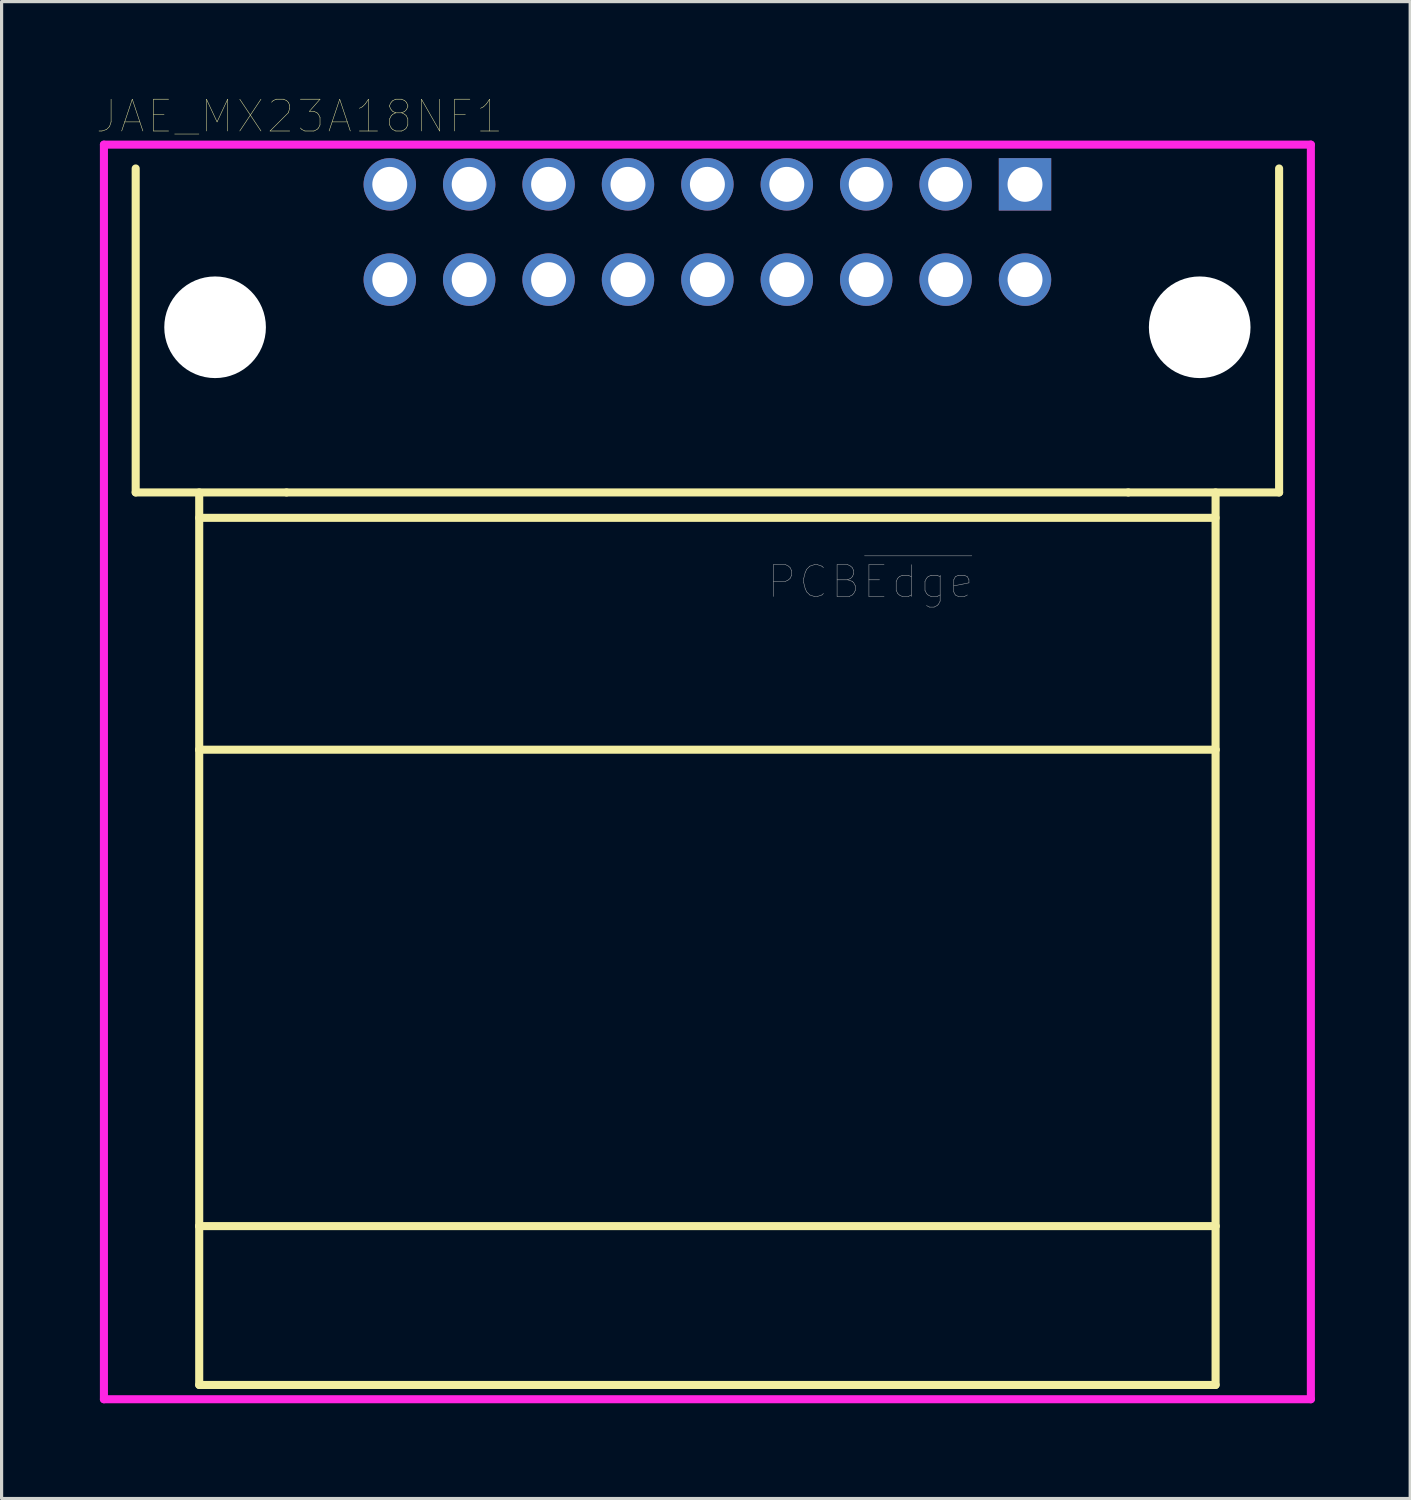
<source format=kicad_pcb>
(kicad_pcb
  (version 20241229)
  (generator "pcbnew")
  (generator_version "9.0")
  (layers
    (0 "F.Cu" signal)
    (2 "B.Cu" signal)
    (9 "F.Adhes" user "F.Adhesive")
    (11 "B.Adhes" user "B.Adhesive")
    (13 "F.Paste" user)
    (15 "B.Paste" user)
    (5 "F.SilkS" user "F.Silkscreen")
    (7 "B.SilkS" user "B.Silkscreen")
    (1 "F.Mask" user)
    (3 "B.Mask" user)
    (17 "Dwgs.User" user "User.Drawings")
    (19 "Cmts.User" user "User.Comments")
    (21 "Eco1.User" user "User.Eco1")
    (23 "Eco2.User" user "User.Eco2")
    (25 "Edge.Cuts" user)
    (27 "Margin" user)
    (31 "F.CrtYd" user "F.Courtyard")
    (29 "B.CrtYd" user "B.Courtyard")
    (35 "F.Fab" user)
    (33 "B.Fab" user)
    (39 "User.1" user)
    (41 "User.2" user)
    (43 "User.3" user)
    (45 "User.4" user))
  (footprint "JAE_MX23A18NF1"
    (layer "F.Cu")
    (at 19.222 7.254)
    (property "Reference" "JAE_MX23A18NF1" (at -12.84 -6.642 0) (layer "F.SilkS") (effects (font (size 1.001 1.001) (thickness 0.015))))
    (attr through_hole)
    (fp_line (start -18 5.2) (end -18 -5) (stroke (width 0.254) (type solid)) (layer "F.SilkS"))
    (fp_line (start -16 6) (end 16 6) (stroke (width 0.254) (type solid)) (layer "F.SilkS"))
    (fp_line (start -16 13.3) (end -16 5.2) (stroke (width 0.254) (type solid)) (layer "F.SilkS"))
    (fp_line (start -16 28.3) (end -16 13.3) (stroke (width 0.254) (type solid)) (layer "F.SilkS"))
    (fp_line (start -16 28.3) (end -16 33.3) (stroke (width 0.254) (type solid)) (layer "F.SilkS"))
    (fp_line (start -13.25 5.2) (end -18 5.2) (stroke (width 0.254) (type solid)) (layer "F.SilkS"))
    (fp_line (start 13.25 5.2) (end -13.25 5.2) (stroke (width 0.254) (type solid)) (layer "F.SilkS"))
    (fp_line (start 16 13.3) (end -16 13.3) (stroke (width 0.254) (type solid)) (layer "F.SilkS"))
    (fp_line (start 16 13.3) (end 16 5.2) (stroke (width 0.254) (type solid)) (layer "F.SilkS"))
    (fp_line (start 16 13.3) (end 16 28.3) (stroke (width 0.254) (type solid)) (layer "F.SilkS"))
    (fp_line (start 16 28.3) (end -16 28.3) (stroke (width 0.254) (type solid)) (layer "F.SilkS"))
    (fp_line (start 16 28.3) (end 16 33.3) (stroke (width 0.254) (type solid)) (layer "F.SilkS"))
    (fp_line (start 16 33.3) (end -16 33.3) (stroke (width 0.254) (type solid)) (layer "F.SilkS"))
    (fp_line (start 18 -5) (end 18 5.2) (stroke (width 0.254) (type solid)) (layer "F.SilkS"))
    (fp_line (start 18 5.2) (end 13.25 5.2) (stroke (width 0.254) (type solid)) (layer "F.SilkS"))
    (fp_line (start -19 -5.75) (end 19 -5.75) (stroke (width 0.254) (type solid)) (layer "F.CrtYd"))
    (fp_line (start -19 33.75) (end -19 -5.75) (stroke (width 0.254) (type solid)) (layer "F.CrtYd"))
    (fp_line (start 19 -5.75) (end 19 33.75) (stroke (width 0.254) (type solid)) (layer "F.CrtYd"))
    (fp_line (start 19 33.75) (end -19 33.75) (stroke (width 0.254) (type solid)) (layer "F.CrtYd"))
    (fp_text user "PCB~{Edge}" (at 5.133 8.013 0) (layer "F.Fab") (effects (font (size 1.002 1.002) (thickness 0.015))))
    (pad "" np_thru_hole circle (at -15.5 0) (size 3.2 3.2) (drill 3.2) (layers "*.Cu" "*.Mask"))
    (pad "" np_thru_hole circle (at 15.5 0) (size 3.2 3.2) (drill 3.2) (layers "*.Cu" "*.Mask"))
    (pad "1" thru_hole rect (at 10 -4.5) (size 1.65 1.65) (drill 1.1) (layers "*.Cu" "*.Mask"))
    (pad "2" thru_hole circle (at 7.5 -4.5) (size 1.65 1.65) (drill 1.1) (layers "*.Cu" "*.Mask"))
    (pad "3" thru_hole circle (at 5 -4.5) (size 1.65 1.65) (drill 1.1) (layers "*.Cu" "*.Mask"))
    (pad "4" thru_hole circle (at 2.5 -4.5) (size 1.65 1.65) (drill 1.1) (layers "*.Cu" "*.Mask"))
    (pad "5" thru_hole circle (at 0 -4.5) (size 1.65 1.65) (drill 1.1) (layers "*.Cu" "*.Mask"))
    (pad "6" thru_hole circle (at -2.5 -4.5) (size 1.65 1.65) (drill 1.1) (layers "*.Cu" "*.Mask"))
    (pad "7" thru_hole circle (at -5 -4.5 90) (size 1.65 1.65) (drill 1.1) (layers "*.Cu" "*.Mask"))
    (pad "8" thru_hole circle (at -7.5 -4.5) (size 1.65 1.65) (drill 1.1) (layers "*.Cu" "*.Mask"))
    (pad "9" thru_hole circle (at -10 -4.5) (size 1.65 1.65) (drill 1.1) (layers "*.Cu" "*.Mask"))
    (pad "10" thru_hole circle (at 10 -1.5) (size 1.65 1.65) (drill 1.1) (layers "*.Cu" "*.Mask"))
    (pad "11" thru_hole circle (at 7.5 -1.5) (size 1.65 1.65) (drill 1.1) (layers "*.Cu" "*.Mask"))
    (pad "12" thru_hole circle (at 5 -1.5) (size 1.65 1.65) (drill 1.1) (layers "*.Cu" "*.Mask"))
    (pad "13" thru_hole circle (at 2.5 -1.5) (size 1.65 1.65) (drill 1.1) (layers "*.Cu" "*.Mask"))
    (pad "14" thru_hole circle (at 0 -1.5) (size 1.65 1.65) (drill 1.1) (layers "*.Cu" "*.Mask"))
    (pad "15" thru_hole circle (at -2.5 -1.5) (size 1.65 1.65) (drill 1.1) (layers "*.Cu" "*.Mask"))
    (pad "16" thru_hole circle (at -5 -1.5) (size 1.65 1.65) (drill 1.1) (layers "*.Cu" "*.Mask"))
    (pad "17" thru_hole circle (at -7.5 -1.5) (size 1.65 1.65) (drill 1.1) (layers "*.Cu" "*.Mask"))
    (pad "18" thru_hole circle (at -10 -1.5) (size 1.65 1.65) (drill 1.1) (layers "*.Cu" "*.Mask")))
  (gr_rect
    (start -3 -3)
    (end 41.349 44.131)
    (stroke (width 0.1) (type default))
    (fill no)
    (layer "Edge.Cuts")))
</source>
